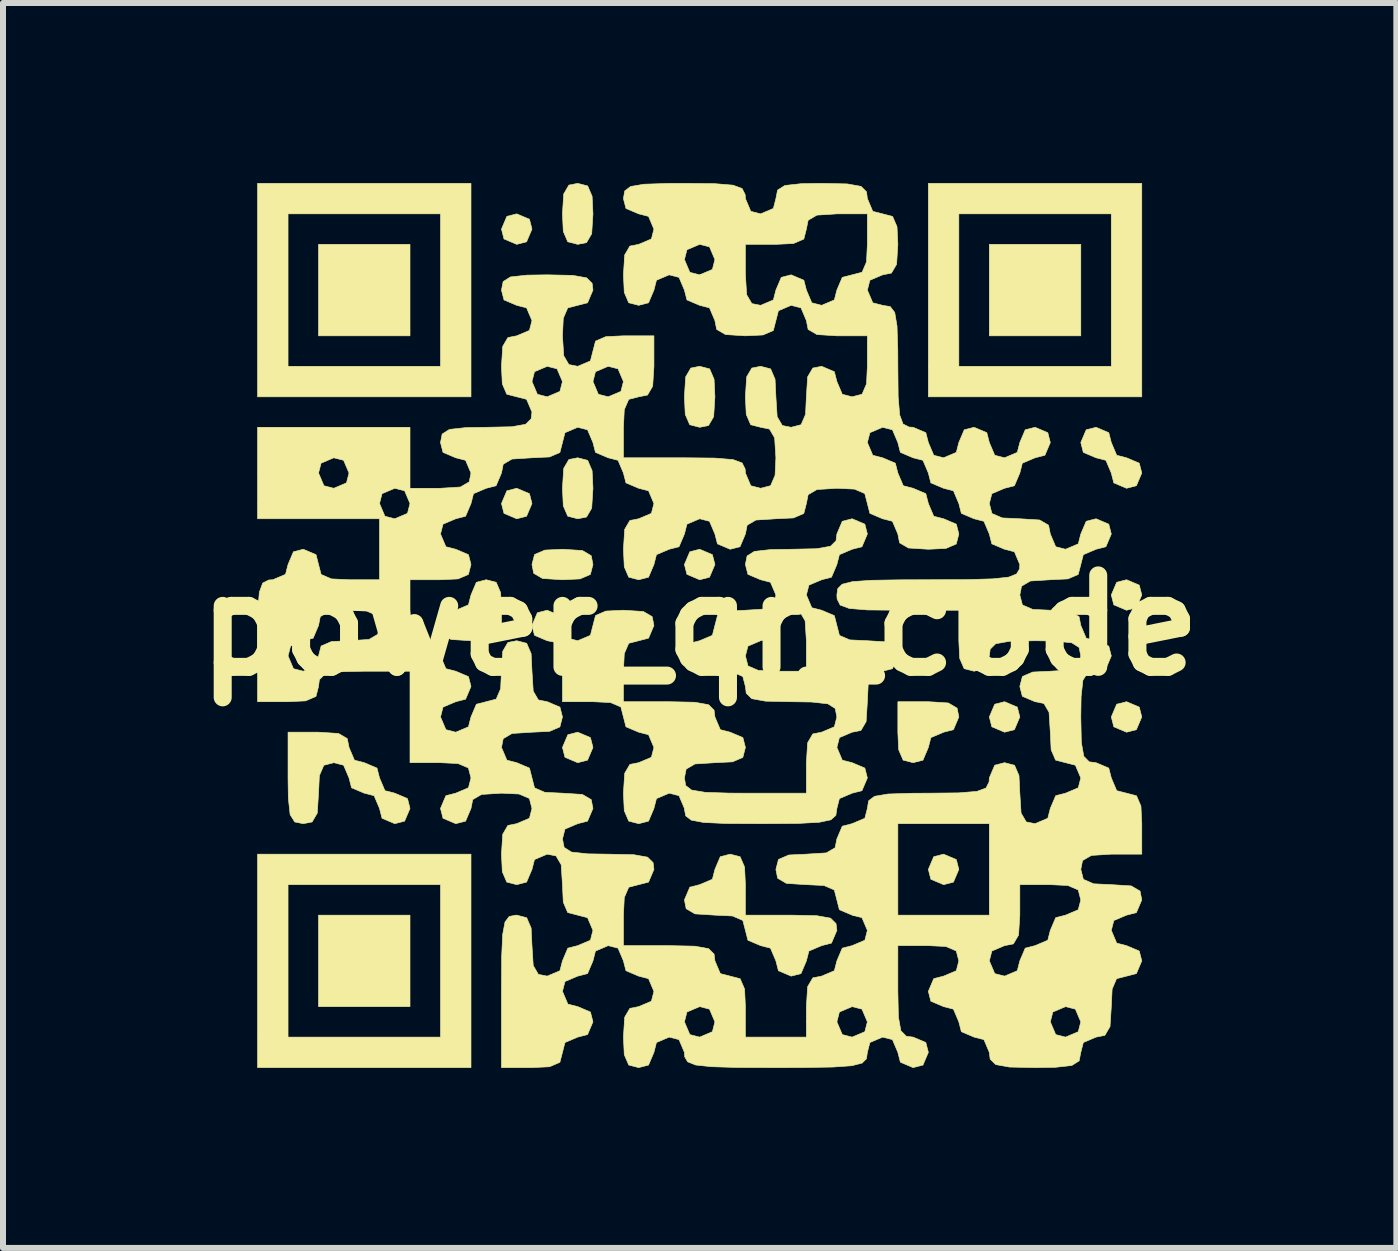
<source format=kicad_pcb>
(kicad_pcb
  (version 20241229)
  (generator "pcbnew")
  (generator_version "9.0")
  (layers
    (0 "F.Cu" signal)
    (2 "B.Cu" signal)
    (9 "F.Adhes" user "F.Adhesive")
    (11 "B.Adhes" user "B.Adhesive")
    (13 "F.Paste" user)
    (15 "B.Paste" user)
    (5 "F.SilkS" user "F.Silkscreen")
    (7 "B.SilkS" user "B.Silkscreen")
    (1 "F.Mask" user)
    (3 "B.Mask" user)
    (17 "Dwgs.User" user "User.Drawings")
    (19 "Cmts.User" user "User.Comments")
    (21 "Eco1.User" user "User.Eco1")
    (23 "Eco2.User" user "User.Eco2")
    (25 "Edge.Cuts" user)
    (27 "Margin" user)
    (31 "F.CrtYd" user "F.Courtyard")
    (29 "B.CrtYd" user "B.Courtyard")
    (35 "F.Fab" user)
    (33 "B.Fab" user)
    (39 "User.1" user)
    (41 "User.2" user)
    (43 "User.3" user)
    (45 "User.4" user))
  (footprint "power_qr_code"
    (layer "F.Cu")
    (at 8.607 7.371)
    (property "Reference" "power_qr_code" (at 0 0 0) (layer "F.SilkS") (effects (font (size 1.524 1.524) (thickness 0.3))))
    (attr through_hole)
    (fp_poly (pts (xy -4.826 -4.826) (xy -6.35 -4.826) (xy -6.35 -6.35) (xy -4.826 -6.35) (xy -4.826 -4.826)) (stroke (width 0.01) (type solid)) (fill yes) (layer "F.SilkS"))
    (fp_poly (pts (xy -4.826 6.35) (xy -6.35 6.35) (xy -6.35 4.826) (xy -4.826 4.826) (xy -4.826 6.35)) (stroke (width 0.01) (type solid)) (fill yes) (layer "F.SilkS"))
    (fp_poly (pts (xy 6.35 -4.826) (xy 4.826 -4.826) (xy 4.826 -6.35) (xy 6.35 -6.35) (xy 6.35 -4.826)) (stroke (width 0.01) (type solid)) (fill yes) (layer "F.SilkS"))
    (fp_poly (pts (xy -2.836 -6.768) (xy -2.794 -6.604) (xy -2.884 -6.392) (xy -3.048 -6.35) (xy -3.26 -6.44) (xy -3.302 -6.604) (xy -3.212 -6.816) (xy -3.048 -6.858) (xy -2.836 -6.768)) (stroke (width 0.01) (type solid)) (fill yes) (layer "F.SilkS"))
    (fp_poly (pts (xy -2.836 -2.196) (xy -2.794 -2.032) (xy -2.884 -1.82) (xy -3.048 -1.778) (xy -3.26 -1.868) (xy -3.302 -2.032) (xy -3.212 -2.244) (xy -3.048 -2.286) (xy -2.836 -2.196)) (stroke (width 0.01) (type solid)) (fill yes) (layer "F.SilkS"))
    (fp_poly (pts (xy -1.82 1.868) (xy -1.778 2.032) (xy -1.868 2.244) (xy -2.032 2.286) (xy -2.244 2.196) (xy -2.286 2.032) (xy -2.196 1.82) (xy -2.032 1.778) (xy -1.82 1.868)) (stroke (width 0.01) (type solid)) (fill yes) (layer "F.SilkS"))
    (fp_poly (pts (xy 0.212 -1.18) (xy 0.254 -1.016) (xy 0.164 -0.804) (xy 0 -0.762) (xy -0.212 -0.852) (xy -0.254 -1.016) (xy -0.164 -1.228) (xy 0 -1.27) (xy 0.212 -1.18)) (stroke (width 0.01) (type solid)) (fill yes) (layer "F.SilkS"))
    (fp_poly (pts (xy 4.276 3.9) (xy 4.318 4.064) (xy 4.228 4.276) (xy 4.064 4.318) (xy 3.852 4.228) (xy 3.81 4.064) (xy 3.9 3.852) (xy 4.064 3.81) (xy 4.276 3.9)) (stroke (width 0.01) (type solid)) (fill yes) (layer "F.SilkS"))
    (fp_poly (pts (xy 5.292 1.36) (xy 5.334 1.524) (xy 5.244 1.736) (xy 5.08 1.778) (xy 4.868 1.688) (xy 4.826 1.524) (xy 4.916 1.312) (xy 5.08 1.27) (xy 5.292 1.36)) (stroke (width 0.01) (type solid)) (fill yes) (layer "F.SilkS"))
    (fp_poly (pts (xy 7.324 -0.672) (xy 7.366 -0.508) (xy 7.276 -0.296) (xy 7.112 -0.254) (xy 6.9 -0.344) (xy 6.858 -0.508) (xy 6.948 -0.72) (xy 7.112 -0.762) (xy 7.324 -0.672)) (stroke (width 0.01) (type solid)) (fill yes) (layer "F.SilkS"))
    (fp_poly (pts (xy 7.324 1.36) (xy 7.366 1.524) (xy 7.276 1.736) (xy 7.112 1.778) (xy 6.9 1.688) (xy 6.858 1.524) (xy 6.948 1.312) (xy 7.112 1.27) (xy 7.324 1.36)) (stroke (width 0.01) (type solid)) (fill yes) (layer "F.SilkS"))
    (fp_poly (pts (xy -3.81 -3.81) (xy -7.366 -3.81) (xy -7.366 -6.858) (xy -6.858 -6.858) (xy -6.858 -4.318) (xy -4.318 -4.318) (xy -4.318 -6.858) (xy -6.858 -6.858) (xy -7.366 -6.858) (xy -7.366 -7.366) (xy -3.81 -7.366) (xy -3.81 -3.81)) (stroke (width 0.01) (type solid)) (fill yes) (layer "F.SilkS"))
    (fp_poly (pts (xy -3.81 7.366) (xy -7.366 7.366) (xy -7.366 4.318) (xy -6.858 4.318) (xy -6.858 6.858) (xy -4.318 6.858) (xy -4.318 4.318) (xy -6.858 4.318) (xy -7.366 4.318) (xy -7.366 3.81) (xy -3.81 3.81) (xy -3.81 7.366)) (stroke (width 0.01) (type solid)) (fill yes) (layer "F.SilkS"))
    (fp_poly (pts (xy 7.366 -3.81) (xy 3.81 -3.81) (xy 3.81 -6.858) (xy 4.318 -6.858) (xy 4.318 -4.318) (xy 6.858 -4.318) (xy 6.858 -6.858) (xy 4.318 -6.858) (xy 3.81 -6.858) (xy 3.81 -7.366) (xy 7.366 -7.366) (xy 7.366 -3.81)) (stroke (width 0.01) (type solid)) (fill yes) (layer "F.SilkS"))
    (fp_poly (pts (xy -1.954 -1.249) (xy -1.807 -1.163) (xy -1.778 -1.016) (xy -1.821 -0.85) (xy -1.993 -0.776) (xy -2.286 -0.762) (xy -2.618 -0.783) (xy -2.765 -0.869) (xy -2.794 -1.016) (xy -2.751 -1.182) (xy -2.579 -1.256) (xy -2.286 -1.27) (xy -1.954 -1.249)) (stroke (width 0.01) (type solid)) (fill yes) (layer "F.SilkS"))
    (fp_poly (pts (xy -1.866 -7.323) (xy -1.792 -7.151) (xy -1.778 -6.858) (xy -1.799 -6.526) (xy -1.885 -6.379) (xy -2.032 -6.35) (xy -2.198 -6.393) (xy -2.272 -6.565) (xy -2.286 -6.858) (xy -2.265 -7.19) (xy -2.179 -7.337) (xy -2.032 -7.366) (xy -1.866 -7.323)) (stroke (width 0.01) (type solid)) (fill yes) (layer "F.SilkS"))
    (fp_poly (pts (xy -1.866 -2.751) (xy -1.792 -2.579) (xy -1.778 -2.286) (xy -1.799 -1.954) (xy -1.885 -1.807) (xy -2.032 -1.778) (xy -2.198 -1.821) (xy -2.272 -1.993) (xy -2.286 -2.286) (xy -2.265 -2.618) (xy -2.179 -2.765) (xy -2.032 -2.794) (xy -1.866 -2.751)) (stroke (width 0.01) (type solid)) (fill yes) (layer "F.SilkS"))
    (fp_poly (pts (xy 0.166 -4.275) (xy 0.24 -4.103) (xy 0.254 -3.81) (xy 0.233 -3.478) (xy 0.147 -3.331) (xy 0 -3.302) (xy -0.166 -3.345) (xy -0.24 -3.517) (xy -0.254 -3.81) (xy -0.233 -4.142) (xy -0.147 -4.289) (xy 0 -4.318) (xy 0.166 -4.275)) (stroke (width 0.01) (type solid)) (fill yes) (layer "F.SilkS"))
    (fp_poly (pts (xy -3.39 -0.719) (xy -3.316 -0.547) (xy -3.302 -0.254) (xy -3.302 0.254) (xy -3.81 0.254) (xy -4.142 0.233) (xy -4.289 0.147) (xy -4.318 0) (xy -4.228 -0.212) (xy -4.064 -0.254) (xy -3.852 -0.344) (xy -3.81 -0.508) (xy -3.72 -0.72) (xy -3.556 -0.762) (xy -3.39 -0.719)) (stroke (width 0.01) (type solid)) (fill yes) (layer "F.SilkS"))
    (fp_poly (pts (xy 4.142 1.291) (xy 4.289 1.377) (xy 4.318 1.524) (xy 4.228 1.736) (xy 4.064 1.778) (xy 3.852 1.868) (xy 3.81 2.032) (xy 3.72 2.244) (xy 3.556 2.286) (xy 3.39 2.243) (xy 3.316 2.071) (xy 3.302 1.778) (xy 3.302 1.27) (xy 3.81 1.27) (xy 4.142 1.291)) (stroke (width 0.01) (type solid)) (fill yes) (layer "F.SilkS"))
    (fp_poly (pts (xy 6.816 -3.212) (xy 6.858 -3.048) (xy 6.948 -2.836) (xy 7.112 -2.794) (xy 7.324 -2.704) (xy 7.366 -2.54) (xy 7.276 -2.328) (xy 7.112 -2.286) (xy 6.9 -2.376) (xy 6.858 -2.54) (xy 6.768 -2.752) (xy 6.604 -2.794) (xy 6.392 -2.884) (xy 6.35 -3.048) (xy 6.44 -3.26) (xy 6.604 -3.302) (xy 6.816 -3.212)) (stroke (width 0.01) (type solid)) (fill yes) (layer "F.SilkS"))
    (fp_poly (pts (xy -6.018 1.799) (xy -5.871 1.885) (xy -5.842 2.032) (xy -5.752 2.244) (xy -5.588 2.286) (xy -5.376 2.376) (xy -5.334 2.54) (xy -5.244 2.752) (xy -5.08 2.794) (xy -4.868 2.884) (xy -4.826 3.048) (xy -4.916 3.26) (xy -5.08 3.302) (xy -5.292 3.212) (xy -5.334 3.048) (xy -5.424 2.836) (xy -5.588 2.794) (xy -5.8 2.704) (xy -5.842 2.54) (xy -5.932 2.328) (xy -6.096 2.286) (xy -6.262 2.329) (xy -6.336 2.501) (xy -6.35 2.794) (xy -6.371 3.126) (xy -6.457 3.273) (xy -6.604 3.302) (xy -6.746 3.274) (xy -6.823 3.152) (xy -6.853 2.878) (xy -6.858 2.54) (xy -6.858 1.778) (xy -6.35 1.778) (xy -6.018 1.799)) (stroke (width 0.01) (type solid)) (fill yes) (layer "F.SilkS"))
    (fp_poly (pts (xy 0.674 3.853) (xy 0.748 4.025) (xy 0.762 4.318) (xy 0.762 4.826) (xy 1.524 4.826) (xy 1.95 4.835) (xy 2.18 4.876) (xy 2.272 4.967) (xy 2.286 5.08) (xy 2.196 5.292) (xy 2.032 5.334) (xy 1.82 5.424) (xy 1.778 5.588) (xy 1.688 5.8) (xy 1.524 5.842) (xy 1.312 5.752) (xy 1.27 5.588) (xy 1.18 5.376) (xy 1.016 5.334) (xy 0.804 5.244) (xy 0.762 5.08) (xy 0.719 4.914) (xy 0.547 4.84) (xy 0.254 4.826) (xy -0.078 4.805) (xy -0.225 4.719) (xy -0.254 4.572) (xy -0.164 4.36) (xy 0 4.318) (xy 0.212 4.228) (xy 0.254 4.064) (xy 0.344 3.852) (xy 0.508 3.81) (xy 0.674 3.853)) (stroke (width 0.01) (type solid)) (fill yes) (layer "F.SilkS"))
    (fp_poly (pts (xy 2.752 -1.688) (xy 2.794 -1.524) (xy 2.704 -1.312) (xy 2.54 -1.27) (xy 2.328 -1.18) (xy 2.286 -1.016) (xy 2.196 -0.804) (xy 2.032 -0.762) (xy 1.82 -0.672) (xy 1.778 -0.508) (xy 1.868 -0.296) (xy 2.032 -0.254) (xy 2.244 -0.164) (xy 2.286 0) (xy 2.329 0.166) (xy 2.501 0.24) (xy 2.794 0.254) (xy 3.126 0.275) (xy 3.273 0.361) (xy 3.302 0.508) (xy 3.212 0.72) (xy 3.048 0.762) (xy 2.882 0.805) (xy 2.808 0.977) (xy 2.794 1.27) (xy 2.773 1.602) (xy 2.687 1.749) (xy 2.54 1.778) (xy 2.328 1.868) (xy 2.286 2.032) (xy 2.376 2.244) (xy 2.54 2.286) (xy 2.752 2.376) (xy 2.794 2.54) (xy 2.704 2.752) (xy 2.54 2.794) (xy 2.328 2.884) (xy 2.286 3.048) (xy 2.269 3.164) (xy 2.186 3.238) (xy 1.991 3.279) (xy 1.639 3.298) (xy 1.084 3.302) (xy 1.016 3.302) (xy 0.438 3.299) (xy 0.068 3.282) (xy -0.14 3.243) (xy -0.232 3.173) (xy -0.254 3.062) (xy -0.254 3.048) (xy -0.344 2.836) (xy -0.508 2.794) (xy -0.72 2.884) (xy -0.762 3.048) (xy -0.852 3.26) (xy -1.016 3.302) (xy -1.182 3.259) (xy -1.256 3.087) (xy -1.27 2.794) (xy -1.249 2.462) (xy -1.163 2.315) (xy -1.016 2.286) (xy -0.804 2.196) (xy -0.762 2.032) (xy -0.852 1.82) (xy -1.016 1.778) (xy -1.228 1.688) (xy -1.27 1.524) (xy -1.313 1.358) (xy -1.485 1.284) (xy -1.778 1.27) (xy -2.286 1.27) (xy -2.286 0.762) (xy -2.307 0.43) (xy -2.393 0.283) (xy -2.54 0.254) (xy -2.752 0.164) (xy -2.794 0) (xy -2.704 -0.212) (xy -2.54 -0.254) (xy -2.328 -0.164) (xy -2.286 0) (xy -2.196 0.212) (xy -2.032 0.254) (xy -1.82 0.164) (xy -1.778 0) (xy -1.735 -0.166) (xy -1.563 -0.24) (xy -1.27 -0.254) (xy -0.938 -0.233) (xy -0.791 -0.147) (xy -0.762 0) (xy -0.852 0.212) (xy -1.016 0.254) (xy -1.182 0.297) (xy -1.256 0.469) (xy -1.27 0.762) (xy -1.27 1.27) (xy -0.508 1.27) (xy -0.082 1.279) (xy 0.148 1.32) (xy 0.24 1.411) (xy 0.254 1.524) (xy 0.344 1.736) (xy 0.508 1.778) (xy 0.72 1.868) (xy 0.762 2.032) (xy 0.719 2.198) (xy 0.547 2.272) (xy 0.254 2.286) (xy -0.078 2.307) (xy -0.225 2.393) (xy -0.254 2.54) (xy -0.233 2.667) (xy -0.135 2.742) (xy 0.09 2.78) (xy 0.494 2.793) (xy 0.762 2.794) (xy 1.778 2.794) (xy 1.778 2.286) (xy 1.799 1.954) (xy 1.885 1.807) (xy 2.032 1.778) (xy 2.244 1.688) (xy 2.286 1.524) (xy 2.258 1.382) (xy 2.136 1.305) (xy 1.862 1.275) (xy 1.524 1.27) (xy 1.098 1.261) (xy 0.868 1.22) (xy 0.776 1.129) (xy 0.762 1.016) (xy 0.719 0.85) (xy 0.547 0.776) (xy 0.254 0.762) (xy -0.078 0.741) (xy -0.225 0.655) (xy -0.254 0.508) (xy 0.762 0.508) (xy 0.805 0.674) (xy 0.977 0.748) (xy 1.27 0.762) (xy 1.778 0.762) (xy 1.778 0.254) (xy 1.757 -0.078) (xy 1.671 -0.225) (xy 1.524 -0.254) (xy 1.312 -0.164) (xy 1.27 0) (xy 1.18 0.212) (xy 1.016 0.254) (xy 0.804 0.344) (xy 0.762 0.508) (xy -0.254 0.508) (xy -0.164 0.296) (xy 0 0.254) (xy 0.212 0.164) (xy 0.254 0) (xy 0.297 -0.166) (xy 0.469 -0.24) (xy 0.762 -0.254) (xy 1.094 -0.275) (xy 1.241 -0.361) (xy 1.27 -0.508) (xy 1.18 -0.72) (xy 1.016 -0.762) (xy 0.804 -0.852) (xy 0.762 -1.016) (xy 0.79 -1.158) (xy 0.912 -1.235) (xy 1.186 -1.265) (xy 1.524 -1.27) (xy 1.95 -1.279) (xy 2.18 -1.32) (xy 2.272 -1.411) (xy 2.286 -1.524) (xy 2.376 -1.736) (xy 2.54 -1.778) (xy 2.752 -1.688)) (stroke (width 0.01) (type solid)) (fill yes) (layer "F.SilkS"))
    (fp_poly (pts (xy 2.458 -7.357) (xy 2.688 -7.316) (xy 2.78 -7.225) (xy 2.794 -7.112) (xy 2.884 -6.9) (xy 3.048 -6.858) (xy 3.214 -6.815) (xy 3.288 -6.643) (xy 3.302 -6.35) (xy 3.281 -6.018) (xy 3.195 -5.871) (xy 3.048 -5.842) (xy 2.836 -5.752) (xy 2.794 -5.588) (xy 2.884 -5.376) (xy 3.048 -5.334) (xy 3.175 -5.313) (xy 3.25 -5.215) (xy 3.288 -4.99) (xy 3.301 -4.586) (xy 3.302 -4.318) (xy 3.307 -3.812) (xy 3.332 -3.508) (xy 3.388 -3.357) (xy 3.489 -3.306) (xy 3.556 -3.302) (xy 3.768 -3.212) (xy 3.81 -3.048) (xy 3.9 -2.836) (xy 4.064 -2.794) (xy 4.276 -2.884) (xy 4.318 -3.048) (xy 4.408 -3.26) (xy 4.572 -3.302) (xy 4.784 -3.212) (xy 4.826 -3.048) (xy 4.916 -2.836) (xy 5.08 -2.794) (xy 5.292 -2.884) (xy 5.334 -3.048) (xy 5.424 -3.26) (xy 5.588 -3.302) (xy 5.8 -3.212) (xy 5.842 -3.048) (xy 5.752 -2.836) (xy 5.588 -2.794) (xy 5.376 -2.704) (xy 5.334 -2.54) (xy 5.244 -2.328) (xy 5.08 -2.286) (xy 4.868 -2.196) (xy 4.826 -2.032) (xy 4.869 -1.866) (xy 5.041 -1.792) (xy 5.334 -1.778) (xy 5.666 -1.757) (xy 5.813 -1.671) (xy 5.842 -1.524) (xy 5.932 -1.312) (xy 6.096 -1.27) (xy 6.308 -1.36) (xy 6.35 -1.524) (xy 6.44 -1.736) (xy 6.604 -1.778) (xy 6.816 -1.688) (xy 6.858 -1.524) (xy 6.768 -1.312) (xy 6.604 -1.27) (xy 6.392 -1.18) (xy 6.35 -1.016) (xy 6.307 -0.85) (xy 6.135 -0.776) (xy 5.842 -0.762) (xy 5.51 -0.741) (xy 5.363 -0.655) (xy 5.334 -0.508) (xy 5.377 -0.342) (xy 5.549 -0.268) (xy 5.842 -0.254) (xy 6.174 -0.233) (xy 6.321 -0.147) (xy 6.35 0) (xy 6.44 0.212) (xy 6.604 0.254) (xy 6.816 0.344) (xy 6.858 0.508) (xy 6.768 0.72) (xy 6.604 0.762) (xy 6.462 0.79) (xy 6.385 0.912) (xy 6.355 1.186) (xy 6.35 1.524) (xy 6.359 1.95) (xy 6.4 2.18) (xy 6.491 2.272) (xy 6.604 2.286) (xy 6.816 2.376) (xy 6.858 2.54) (xy 6.948 2.752) (xy 7.112 2.794) (xy 7.278 2.837) (xy 7.352 3.009) (xy 7.366 3.302) (xy 7.366 3.81) (xy 6.858 3.81) (xy 6.526 3.831) (xy 6.379 3.917) (xy 6.35 4.064) (xy 6.393 4.23) (xy 6.565 4.304) (xy 6.858 4.318) (xy 7.19 4.339) (xy 7.337 4.425) (xy 7.366 4.572) (xy 7.276 4.784) (xy 7.112 4.826) (xy 6.9 4.916) (xy 6.858 5.08) (xy 6.948 5.292) (xy 7.112 5.334) (xy 7.324 5.424) (xy 7.366 5.588) (xy 7.276 5.8) (xy 7.112 5.842) (xy 6.946 5.885) (xy 6.872 6.057) (xy 6.858 6.35) (xy 6.837 6.682) (xy 6.751 6.829) (xy 6.604 6.858) (xy 6.392 6.948) (xy 6.35 7.112) (xy 6.322 7.254) (xy 6.2 7.331) (xy 5.926 7.361) (xy 5.588 7.366) (xy 5.162 7.357) (xy 4.932 7.316) (xy 4.84 7.225) (xy 4.826 7.112) (xy 4.736 6.9) (xy 4.572 6.858) (xy 4.36 6.768) (xy 4.318 6.604) (xy 5.842 6.604) (xy 5.932 6.816) (xy 6.096 6.858) (xy 6.308 6.768) (xy 6.35 6.604) (xy 6.26 6.392) (xy 6.096 6.35) (xy 5.884 6.44) (xy 5.842 6.604) (xy 4.318 6.604) (xy 4.228 6.392) (xy 4.064 6.35) (xy 3.852 6.26) (xy 3.81 6.096) (xy 3.9 5.884) (xy 4.064 5.842) (xy 4.276 5.752) (xy 4.318 5.588) (xy 4.826 5.588) (xy 4.916 5.8) (xy 5.08 5.842) (xy 5.292 5.752) (xy 5.334 5.588) (xy 5.424 5.376) (xy 5.588 5.334) (xy 5.8 5.244) (xy 5.842 5.08) (xy 5.932 4.868) (xy 6.096 4.826) (xy 6.308 4.736) (xy 6.35 4.572) (xy 6.307 4.406) (xy 6.135 4.332) (xy 5.842 4.318) (xy 5.334 4.318) (xy 5.334 4.826) (xy 5.313 5.158) (xy 5.227 5.305) (xy 5.08 5.334) (xy 4.868 5.424) (xy 4.826 5.588) (xy 4.318 5.588) (xy 4.275 5.422) (xy 4.103 5.348) (xy 3.81 5.334) (xy 3.302 5.334) (xy 3.302 6.096) (xy 3.311 6.522) (xy 3.352 6.752) (xy 3.443 6.844) (xy 3.556 6.858) (xy 3.768 6.948) (xy 3.81 7.112) (xy 3.72 7.324) (xy 3.556 7.366) (xy 3.344 7.276) (xy 3.302 7.112) (xy 3.212 6.9) (xy 3.048 6.858) (xy 2.836 6.948) (xy 2.794 7.112) (xy 2.779 7.219) (xy 2.706 7.291) (xy 2.533 7.335) (xy 2.218 7.357) (xy 1.719 7.365) (xy 1.27 7.366) (xy 0.627 7.364) (xy 0.195 7.351) (xy -0.066 7.323) (xy -0.2 7.27) (xy -0.249 7.187) (xy -0.254 7.112) (xy -0.344 6.9) (xy -0.508 6.858) (xy -0.72 6.948) (xy -0.762 7.112) (xy -0.852 7.324) (xy -1.016 7.366) (xy -1.182 7.323) (xy -1.256 7.151) (xy -1.27 6.858) (xy -1.254 6.604) (xy -0.254 6.604) (xy -0.164 6.816) (xy 0 6.858) (xy 0.212 6.768) (xy 0.254 6.604) (xy 0.164 6.392) (xy 0 6.35) (xy -0.212 6.44) (xy -0.254 6.604) (xy -1.254 6.604) (xy -1.249 6.526) (xy -1.163 6.379) (xy -1.016 6.35) (xy -0.804 6.26) (xy -0.762 6.096) (xy -0.852 5.884) (xy -1.016 5.842) (xy -1.228 5.752) (xy -1.27 5.588) (xy -1.36 5.376) (xy -1.524 5.334) (xy -1.736 5.424) (xy -1.778 5.588) (xy -1.868 5.8) (xy -2.032 5.842) (xy -2.244 5.932) (xy -2.286 6.096) (xy -2.196 6.308) (xy -2.032 6.35) (xy -1.82 6.44) (xy -1.778 6.604) (xy -1.868 6.816) (xy -2.032 6.858) (xy -2.244 6.948) (xy -2.286 7.112) (xy -2.329 7.278) (xy -2.501 7.352) (xy -2.794 7.366) (xy -3.302 7.366) (xy -3.302 6.096) (xy -3.299 5.518) (xy -3.282 5.148) (xy -3.243 4.94) (xy -3.173 4.848) (xy -3.062 4.826) (xy -3.048 4.826) (xy -2.882 4.869) (xy -2.808 5.041) (xy -2.794 5.334) (xy -2.773 5.666) (xy -2.687 5.813) (xy -2.54 5.842) (xy -2.328 5.752) (xy -2.286 5.588) (xy -2.196 5.376) (xy -2.032 5.334) (xy -1.82 5.244) (xy -1.778 5.08) (xy -1.868 4.868) (xy -2.032 4.826) (xy -2.198 4.783) (xy -2.272 4.611) (xy -2.286 4.318) (xy -2.307 3.986) (xy -2.393 3.839) (xy -2.54 3.81) (xy -2.752 3.9) (xy -2.794 4.064) (xy -2.884 4.276) (xy -3.048 4.318) (xy -3.214 4.275) (xy -3.288 4.103) (xy -3.302 3.81) (xy -3.281 3.478) (xy -3.195 3.331) (xy -3.048 3.302) (xy -2.836 3.212) (xy -2.794 3.048) (xy -2.837 2.882) (xy -3.009 2.808) (xy -3.302 2.794) (xy -3.634 2.815) (xy -3.781 2.901) (xy -3.81 3.048) (xy -3.9 3.26) (xy -4.064 3.302) (xy -4.276 3.212) (xy -4.318 3.048) (xy -4.228 2.836) (xy -4.064 2.794) (xy -3.852 2.704) (xy -3.81 2.54) (xy -3.853 2.374) (xy -4.025 2.3) (xy -4.318 2.286) (xy -4.826 2.286) (xy -4.826 0.762) (xy -5.588 0.762) (xy -6.014 0.771) (xy -6.244 0.812) (xy -6.336 0.903) (xy -6.35 1.016) (xy -6.393 1.182) (xy -6.565 1.256) (xy -6.858 1.27) (xy -7.366 1.27) (xy -7.366 0.508) (xy -6.858 0.508) (xy -6.768 0.72) (xy -6.604 0.762) (xy -6.392 0.672) (xy -6.35 0.508) (xy -6.307 0.342) (xy -6.135 0.268) (xy -5.842 0.254) (xy -5.51 0.233) (xy -5.363 0.147) (xy -5.334 0) (xy -5.377 -0.166) (xy -5.549 -0.24) (xy -5.842 -0.254) (xy -6.174 -0.233) (xy -6.321 -0.147) (xy -6.35 0) (xy -6.44 0.212) (xy -6.604 0.254) (xy -6.816 0.344) (xy -6.858 0.508) (xy -7.366 0.508) (xy -7.366 0.254) (xy -7.361 -0.252) (xy -7.336 -0.556) (xy -7.28 -0.707) (xy -7.179 -0.758) (xy -7.112 -0.762) (xy -6.9 -0.852) (xy -6.858 -1.016) (xy -6.768 -1.228) (xy -6.604 -1.27) (xy -6.392 -1.18) (xy -6.35 -1.016) (xy -6.307 -0.85) (xy -6.135 -0.776) (xy -5.842 -0.762) (xy -5.334 -0.762) (xy -4.826 -0.762) (xy -4.826 -0.254) (xy -4.805 0.078) (xy -4.719 0.225) (xy -4.572 0.254) (xy -4.36 0.344) (xy -4.318 0.508) (xy -4.228 0.72) (xy -4.064 0.762) (xy -3.852 0.852) (xy -3.81 1.016) (xy -3.9 1.228) (xy -4.064 1.27) (xy -4.276 1.36) (xy -4.318 1.524) (xy -4.228 1.736) (xy -4.064 1.778) (xy -3.852 1.688) (xy -3.81 1.524) (xy -3.72 1.312) (xy -3.556 1.27) (xy -3.39 1.227) (xy -3.316 1.055) (xy -3.302 0.762) (xy -3.281 0.43) (xy -3.195 0.283) (xy -3.048 0.254) (xy -2.882 0.297) (xy -2.808 0.469) (xy -2.794 0.762) (xy -2.773 1.094) (xy -2.687 1.241) (xy -2.54 1.27) (xy -2.328 1.36) (xy -2.286 1.524) (xy -2.329 1.69) (xy -2.501 1.764) (xy -2.794 1.778) (xy -3.126 1.799) (xy -3.273 1.885) (xy -3.302 2.032) (xy -3.212 2.244) (xy -3.048 2.286) (xy -2.836 2.376) (xy -2.794 2.54) (xy -2.751 2.706) (xy -2.579 2.78) (xy -2.286 2.794) (xy -1.954 2.815) (xy -1.807 2.901) (xy -1.778 3.048) (xy -1.868 3.26) (xy -2.032 3.302) (xy -2.244 3.392) (xy -2.286 3.556) (xy -2.258 3.698) (xy -2.136 3.775) (xy -1.862 3.805) (xy -1.524 3.81) (xy -1.098 3.819) (xy -0.868 3.86) (xy -0.776 3.951) (xy -0.762 4.064) (xy -0.852 4.276) (xy -1.016 4.318) (xy -1.182 4.361) (xy -1.256 4.533) (xy -1.27 4.826) (xy -1.27 5.334) (xy -0.508 5.334) (xy -0.082 5.343) (xy 0.148 5.384) (xy 0.24 5.475) (xy 0.254 5.588) (xy 0.344 5.8) (xy 0.508 5.842) (xy 0.674 5.885) (xy 0.748 6.057) (xy 0.762 6.35) (xy 0.762 6.858) (xy 1.778 6.858) (xy 1.778 6.604) (xy 2.286 6.604) (xy 2.376 6.816) (xy 2.54 6.858) (xy 2.752 6.768) (xy 2.794 6.604) (xy 2.704 6.392) (xy 2.54 6.35) (xy 2.328 6.44) (xy 2.286 6.604) (xy 1.778 6.604) (xy 1.778 6.35) (xy 1.799 6.018) (xy 1.885 5.871) (xy 2.032 5.842) (xy 2.244 5.752) (xy 2.286 5.588) (xy 2.376 5.376) (xy 2.54 5.334) (xy 2.752 5.244) (xy 2.794 5.08) (xy 2.704 4.868) (xy 2.54 4.826) (xy 2.328 4.736) (xy 2.286 4.572) (xy 2.243 4.406) (xy 2.071 4.332) (xy 1.778 4.318) (xy 1.446 4.297) (xy 1.299 4.211) (xy 1.27 4.064) (xy 1.313 3.898) (xy 1.485 3.824) (xy 1.778 3.81) (xy 2.11 3.789) (xy 2.257 3.703) (xy 2.286 3.556) (xy 2.376 3.344) (xy 2.54 3.302) (xy 3.302 3.302) (xy 3.302 4.826) (xy 4.826 4.826) (xy 4.826 3.302) (xy 3.302 3.302) (xy 2.54 3.302) (xy 2.752 3.212) (xy 2.794 3.048) (xy 2.815 2.921) (xy 2.913 2.846) (xy 3.138 2.808) (xy 3.542 2.795) (xy 3.81 2.794) (xy 4.316 2.789) (xy 4.62 2.764) (xy 4.771 2.708) (xy 4.822 2.607) (xy 4.826 2.54) (xy 4.916 2.328) (xy 5.08 2.286) (xy 5.246 2.329) (xy 5.32 2.501) (xy 5.334 2.794) (xy 5.355 3.126) (xy 5.441 3.273) (xy 5.588 3.302) (xy 5.8 3.212) (xy 5.842 3.048) (xy 5.932 2.836) (xy 6.096 2.794) (xy 6.308 2.704) (xy 6.35 2.54) (xy 6.26 2.328) (xy 6.096 2.286) (xy 5.93 2.243) (xy 5.856 2.071) (xy 5.842 1.778) (xy 5.821 1.446) (xy 5.735 1.299) (xy 5.588 1.27) (xy 5.376 1.18) (xy 5.334 1.016) (xy 5.377 0.85) (xy 5.549 0.776) (xy 5.842 0.762) (xy 6.174 0.741) (xy 6.321 0.655) (xy 6.35 0.508) (xy 6.322 0.366) (xy 6.2 0.289) (xy 5.926 0.259) (xy 5.588 0.254) (xy 5.162 0.263) (xy 4.932 0.304) (xy 4.84 0.395) (xy 4.826 0.508) (xy 4.736 0.72) (xy 4.572 0.762) (xy 4.406 0.719) (xy 4.332 0.547) (xy 4.318 0.254) (xy 4.318 -0.254) (xy 3.302 -0.254) (xy 2.796 -0.259) (xy 2.492 -0.284) (xy 2.341 -0.34) (xy 2.29 -0.441) (xy 2.286 -0.508) (xy 2.301 -0.615) (xy 2.374 -0.687) (xy 2.547 -0.731) (xy 2.862 -0.753) (xy 3.361 -0.761) (xy 3.81 -0.762) (xy 4.453 -0.764) (xy 4.885 -0.777) (xy 5.146 -0.805) (xy 5.28 -0.858) (xy 5.329 -0.941) (xy 5.334 -1.016) (xy 5.244 -1.228) (xy 5.08 -1.27) (xy 4.868 -1.36) (xy 4.826 -1.524) (xy 4.736 -1.736) (xy 4.572 -1.778) (xy 4.36 -1.868) (xy 4.318 -2.032) (xy 4.228 -2.244) (xy 4.064 -2.286) (xy 3.852 -2.376) (xy 3.81 -2.54) (xy 3.72 -2.752) (xy 3.556 -2.794) (xy 3.344 -2.884) (xy 3.302 -3.048) (xy 3.212 -3.26) (xy 3.048 -3.302) (xy 2.836 -3.212) (xy 2.794 -3.048) (xy 2.884 -2.836) (xy 3.048 -2.794) (xy 3.26 -2.704) (xy 3.302 -2.54) (xy 3.392 -2.328) (xy 3.556 -2.286) (xy 3.768 -2.196) (xy 3.81 -2.032) (xy 3.9 -1.82) (xy 4.064 -1.778) (xy 4.276 -1.688) (xy 4.318 -1.524) (xy 4.275 -1.358) (xy 4.103 -1.284) (xy 3.81 -1.27) (xy 3.478 -1.291) (xy 3.331 -1.377) (xy 3.302 -1.524) (xy 3.212 -1.736) (xy 3.048 -1.778) (xy 2.836 -1.868) (xy 2.794 -2.032) (xy 2.751 -2.198) (xy 2.579 -2.272) (xy 2.286 -2.286) (xy 1.954 -2.265) (xy 1.807 -2.179) (xy 1.778 -2.032) (xy 1.735 -1.866) (xy 1.563 -1.792) (xy 1.27 -1.778) (xy 0.938 -1.757) (xy 0.791 -1.671) (xy 0.762 -1.524) (xy 0.672 -1.312) (xy 0.508 -1.27) (xy 0.296 -1.36) (xy 0.254 -1.524) (xy 0.164 -1.736) (xy 0 -1.778) (xy -0.212 -1.688) (xy -0.254 -1.524) (xy -0.344 -1.312) (xy -0.508 -1.27) (xy -0.72 -1.18) (xy -0.762 -1.016) (xy -0.852 -0.804) (xy -1.016 -0.762) (xy -1.182 -0.805) (xy -1.256 -0.977) (xy -1.27 -1.27) (xy -1.249 -1.602) (xy -1.163 -1.749) (xy -1.016 -1.778) (xy -0.804 -1.868) (xy -0.762 -2.032) (xy -0.852 -2.244) (xy -1.016 -2.286) (xy -1.228 -2.376) (xy -1.27 -2.54) (xy -1.36 -2.752) (xy -1.524 -2.794) (xy -1.736 -2.884) (xy -1.778 -3.048) (xy -1.868 -3.26) (xy -2.032 -3.302) (xy -2.244 -3.212) (xy -2.286 -3.048) (xy -2.329 -2.882) (xy -2.501 -2.808) (xy -2.794 -2.794) (xy -3.126 -2.773) (xy -3.273 -2.687) (xy -3.302 -2.54) (xy -3.392 -2.328) (xy -3.556 -2.286) (xy -3.768 -2.196) (xy -3.81 -2.032) (xy -3.9 -1.82) (xy -4.064 -1.778) (xy -4.276 -1.688) (xy -4.318 -1.524) (xy -4.228 -1.312) (xy -4.064 -1.27) (xy -3.852 -1.18) (xy -3.81 -1.016) (xy -3.853 -0.85) (xy -4.025 -0.776) (xy -4.318 -0.762) (xy -4.826 -0.762) (xy -5.334 -0.762) (xy -5.334 -1.778) (xy -7.366 -1.778) (xy -7.366 -2.032) (xy -5.334 -2.032) (xy -5.244 -1.82) (xy -5.08 -1.778) (xy -4.868 -1.868) (xy -4.826 -2.032) (xy -4.916 -2.244) (xy -5.08 -2.286) (xy -5.292 -2.196) (xy -5.334 -2.032) (xy -7.366 -2.032) (xy -7.366 -2.54) (xy -6.35 -2.54) (xy -6.26 -2.328) (xy -6.096 -2.286) (xy -5.884 -2.376) (xy -5.842 -2.54) (xy -5.932 -2.752) (xy -6.096 -2.794) (xy -6.308 -2.704) (xy -6.35 -2.54) (xy -7.366 -2.54) (xy -7.366 -3.302) (xy -4.826 -3.302) (xy -4.826 -2.286) (xy -4.318 -2.286) (xy -3.986 -2.307) (xy -3.839 -2.393) (xy -3.81 -2.54) (xy -3.9 -2.752) (xy -4.064 -2.794) (xy -4.276 -2.884) (xy -4.318 -3.048) (xy -4.29 -3.19) (xy -4.168 -3.267) (xy -3.894 -3.297) (xy -3.556 -3.302) (xy -3.13 -3.311) (xy -2.9 -3.352) (xy -2.808 -3.443) (xy -2.794 -3.556) (xy -2.884 -3.768) (xy -3.048 -3.81) (xy -3.214 -3.853) (xy -3.288 -4.025) (xy -3.29 -4.064) (xy -2.794 -4.064) (xy -2.704 -3.852) (xy -2.54 -3.81) (xy -2.328 -3.9) (xy -2.286 -4.064) (xy -1.778 -4.064) (xy -1.688 -3.852) (xy -1.524 -3.81) (xy -1.312 -3.9) (xy -1.27 -4.064) (xy -1.36 -4.276) (xy -1.524 -4.318) (xy -1.736 -4.228) (xy -1.778 -4.064) (xy -2.286 -4.064) (xy -2.376 -4.276) (xy -2.54 -4.318) (xy -2.752 -4.228) (xy -2.794 -4.064) (xy -3.29 -4.064) (xy -3.302 -4.318) (xy -3.281 -4.65) (xy -3.195 -4.797) (xy -3.048 -4.826) (xy -2.836 -4.916) (xy -2.794 -5.08) (xy -2.884 -5.292) (xy -3.048 -5.334) (xy -3.26 -5.424) (xy -3.302 -5.588) (xy -3.274 -5.73) (xy -3.152 -5.807) (xy -2.878 -5.837) (xy -2.54 -5.842) (xy -2.114 -5.833) (xy -1.884 -5.792) (xy -1.792 -5.701) (xy -1.778 -5.588) (xy -1.868 -5.376) (xy -2.032 -5.334) (xy -2.198 -5.291) (xy -2.272 -5.119) (xy -2.286 -4.826) (xy -2.265 -4.494) (xy -2.179 -4.347) (xy -2.032 -4.318) (xy -1.82 -4.408) (xy -1.778 -4.572) (xy -1.735 -4.738) (xy -1.563 -4.812) (xy -1.27 -4.826) (xy -0.762 -4.826) (xy -0.762 -4.318) (xy -0.783 -3.986) (xy -0.869 -3.839) (xy -1.016 -3.81) (xy -1.182 -3.767) (xy -1.256 -3.595) (xy -1.27 -3.302) (xy -1.27 -2.794) (xy -0.254 -2.794) (xy 0.252 -2.789) (xy 0.556 -2.764) (xy 0.707 -2.708) (xy 0.758 -2.607) (xy 0.762 -2.54) (xy 0.852 -2.328) (xy 1.016 -2.286) (xy 1.182 -2.329) (xy 1.256 -2.501) (xy 1.27 -2.794) (xy 1.249 -3.126) (xy 1.163 -3.273) (xy 1.016 -3.302) (xy 0.85 -3.345) (xy 0.776 -3.517) (xy 0.762 -3.81) (xy 0.783 -4.142) (xy 0.869 -4.289) (xy 1.016 -4.318) (xy 1.182 -4.275) (xy 1.256 -4.103) (xy 1.27 -3.81) (xy 1.291 -3.478) (xy 1.377 -3.331) (xy 1.524 -3.302) (xy 1.69 -3.345) (xy 1.764 -3.517) (xy 1.778 -3.81) (xy 1.799 -4.142) (xy 1.885 -4.289) (xy 2.032 -4.318) (xy 2.244 -4.228) (xy 2.286 -4.064) (xy 2.376 -3.852) (xy 2.54 -3.81) (xy 2.706 -3.853) (xy 2.78 -4.025) (xy 2.794 -4.318) (xy 2.794 -4.826) (xy 2.286 -4.826) (xy 1.954 -4.847) (xy 1.807 -4.933) (xy 1.778 -5.08) (xy 1.688 -5.292) (xy 1.524 -5.334) (xy 1.312 -5.244) (xy 1.27 -5.08) (xy 1.227 -4.914) (xy 1.055 -4.84) (xy 0.762 -4.826) (xy 0.43 -4.847) (xy 0.283 -4.933) (xy 0.254 -5.08) (xy 0.164 -5.292) (xy 0 -5.334) (xy -0.212 -5.424) (xy -0.254 -5.588) (xy -0.344 -5.8) (xy -0.508 -5.842) (xy -0.72 -5.752) (xy -0.762 -5.588) (xy -0.852 -5.376) (xy -1.016 -5.334) (xy -1.182 -5.377) (xy -1.256 -5.549) (xy -1.27 -5.842) (xy -1.254 -6.096) (xy -0.254 -6.096) (xy -0.164 -5.884) (xy 0 -5.842) (xy 0.212 -5.932) (xy 0.254 -6.096) (xy 0.164 -6.308) (xy 0 -6.35) (xy 0.762 -6.35) (xy 0.762 -5.842) (xy 0.783 -5.51) (xy 0.869 -5.363) (xy 1.016 -5.334) (xy 1.228 -5.424) (xy 1.27 -5.588) (xy 1.36 -5.8) (xy 1.524 -5.842) (xy 1.736 -5.752) (xy 1.778 -5.588) (xy 1.868 -5.376) (xy 2.032 -5.334) (xy 2.244 -5.424) (xy 2.286 -5.588) (xy 2.376 -5.8) (xy 2.54 -5.842) (xy 2.706 -5.885) (xy 2.78 -6.057) (xy 2.794 -6.35) (xy 2.794 -6.858) (xy 2.286 -6.858) (xy 1.954 -6.837) (xy 1.807 -6.751) (xy 1.778 -6.604) (xy 1.735 -6.438) (xy 1.563 -6.364) (xy 1.27 -6.35) (xy 0.762 -6.35) (xy 0 -6.35) (xy -0.212 -6.26) (xy -0.254 -6.096) (xy -1.254 -6.096) (xy -1.249 -6.174) (xy -1.163 -6.321) (xy -1.016 -6.35) (xy -0.804 -6.44) (xy -0.762 -6.604) (xy -0.852 -6.816) (xy -1.016 -6.858) (xy -1.228 -6.948) (xy -1.27 -7.112) (xy -1.249 -7.239) (xy -1.151 -7.314) (xy -0.926 -7.352) (xy -0.522 -7.365) (xy -0.254 -7.366) (xy 0.252 -7.361) (xy 0.556 -7.336) (xy 0.707 -7.28) (xy 0.758 -7.179) (xy 0.762 -7.112) (xy 0.852 -6.9) (xy 1.016 -6.858) (xy 1.228 -6.948) (xy 1.27 -7.112) (xy 1.298 -7.254) (xy 1.42 -7.331) (xy 1.694 -7.361) (xy 2.032 -7.366) (xy 2.458 -7.357)) (stroke (width 0.01) (type solid)) (fill yes) (layer "F.SilkS")))
  (gr_rect
    (start -3 -3)
    (end 20.214 17.742)
    (stroke (width 0.1) (type default))
    (fill no)
    (layer "Edge.Cuts")))
</source>
